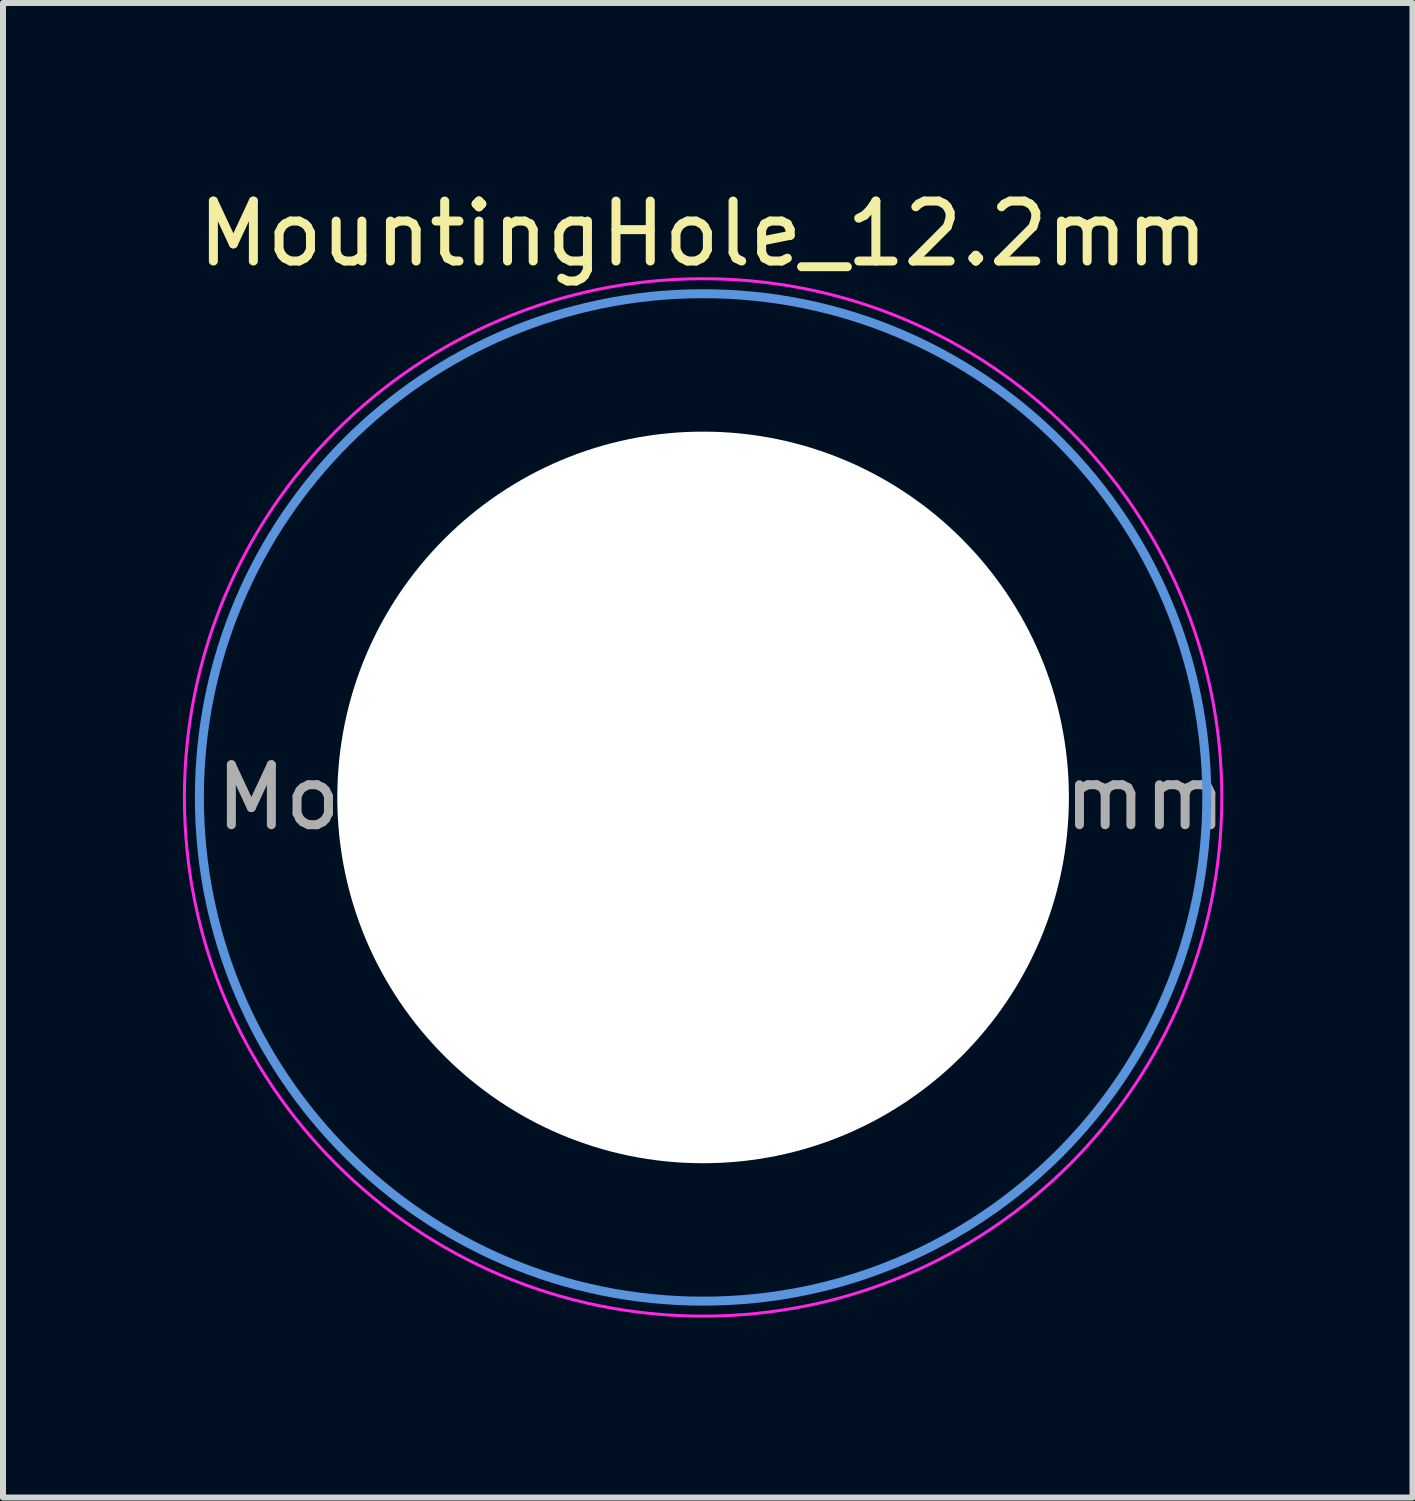
<source format=kicad_pcb>
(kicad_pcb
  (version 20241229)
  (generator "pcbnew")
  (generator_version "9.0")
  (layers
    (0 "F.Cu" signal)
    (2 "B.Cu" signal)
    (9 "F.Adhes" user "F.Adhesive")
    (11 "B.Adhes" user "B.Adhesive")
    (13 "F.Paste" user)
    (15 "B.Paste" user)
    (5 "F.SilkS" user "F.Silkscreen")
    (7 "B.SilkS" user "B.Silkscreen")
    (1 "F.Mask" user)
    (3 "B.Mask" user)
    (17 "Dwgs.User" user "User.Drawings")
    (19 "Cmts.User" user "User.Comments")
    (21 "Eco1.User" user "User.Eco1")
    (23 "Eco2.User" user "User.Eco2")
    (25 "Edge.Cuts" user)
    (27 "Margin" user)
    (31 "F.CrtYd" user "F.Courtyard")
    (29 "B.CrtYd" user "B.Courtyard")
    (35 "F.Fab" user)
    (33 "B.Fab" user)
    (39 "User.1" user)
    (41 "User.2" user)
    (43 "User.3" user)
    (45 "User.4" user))
  (footprint "MountingHole_12.2mm"
    (layer "F.Cu")
    (at 8.675 10.248)
    (property "Reference" "MountingHole_12.2mm" (at 0 -9.4 0) (layer "F.SilkS") (effects (font (size 1 1) (thickness 0.15))))
    (attr exclude_from_pos_files exclude_from_bom)
    (fp_circle (center 0 0) (end 8.4 0) (stroke (width 0.15) (type solid)) (fill no) (layer "Cmts.User"))
    (fp_circle (center 0 0) (end 8.65 0) (stroke (width 0.05) (type solid)) (fill no) (layer "F.CrtYd"))
    (fp_text user "${REFERENCE}" (at 0.3 0 0) (layer "F.Fab") (effects (font (size 1 1) (thickness 0.15))))
    (pad "" np_thru_hole circle (at 0 0) (size 12.2 12.2) (drill 12.2) (layers "*.Cu" "*.Mask")))
  (gr_rect
    (start -3 -3)
    (end 20.505 21.923)
    (stroke (width 0.1) (type default))
    (fill no)
    (layer "Edge.Cuts")))
</source>
